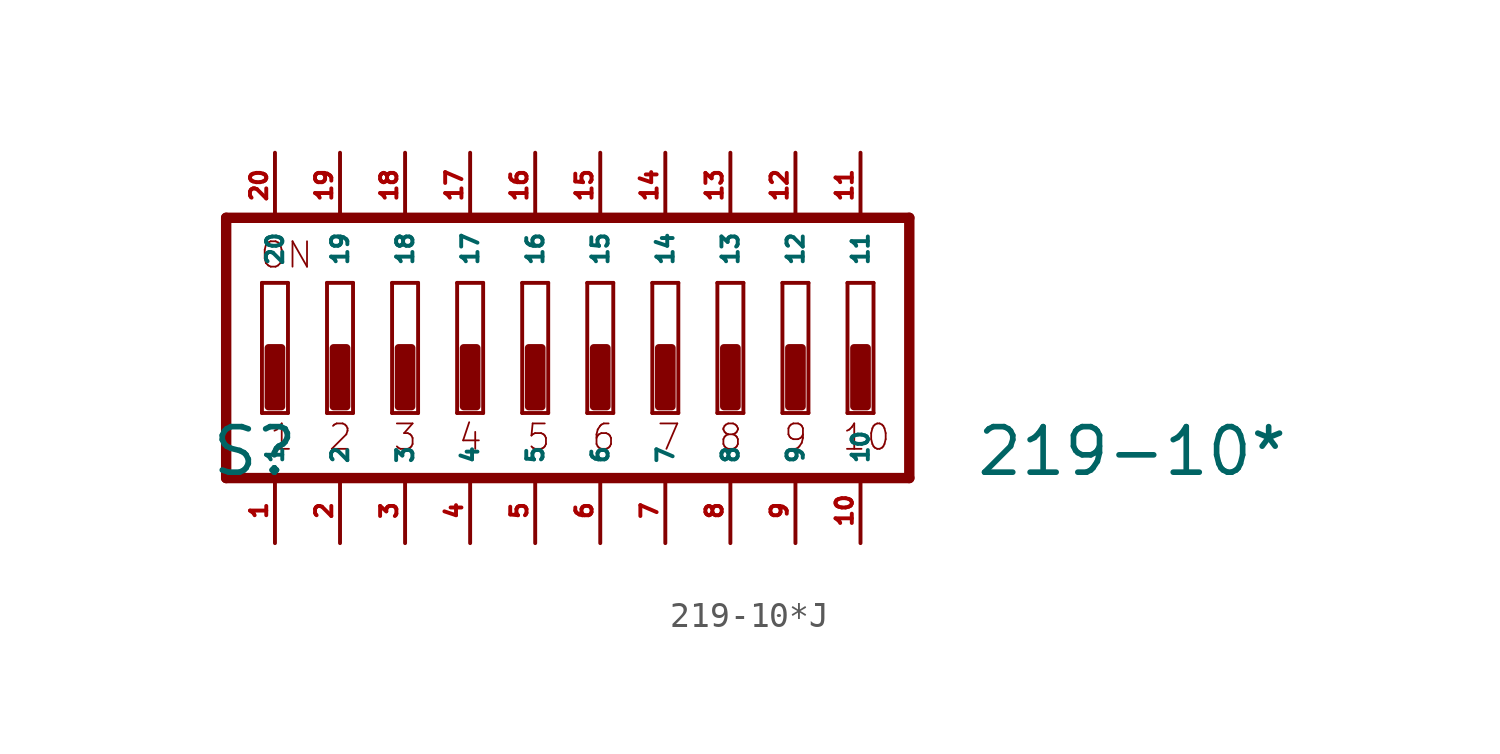
<source format=kicad_sym>
(kicad_symbol_lib
  (version 20220914)
  (generator Eagle2Kicad)
  (symbol "219-10*J"
    (property "Reference" "S"
      (at -15.24 -5.08 0)
      (effects (font (size 1.778 1.778) (thickness 0.22)) (justify left bottom)))
    (property "Value" "219-10*"
      (at 14.605 -5.08 0)
      (effects (font (size 1.778 1.778) (thickness 0.22)) (justify left bottom)))
    (polyline
      (pts (xy 12.065 5.08) (xy -14.605 5.08))
      (stroke (width 0.406) (type default))
      (fill (type none)))
    (polyline
      (pts (xy -14.605 5.08) (xy -14.605 -5.08))
      (stroke (width 0.406) (type default))
      (fill (type none)))
    (polyline
      (pts (xy -14.605 -5.08) (xy 12.065 -5.08))
      (stroke (width 0.406) (type default))
      (fill (type none)))
    (polyline
      (pts (xy 12.065 -5.08) (xy 12.065 5.08))
      (stroke (width 0.406) (type default))
      (fill (type none)))
    (polyline
      (pts (xy -12.192 -2.54) (xy -13.208 -2.54))
      (stroke (width 0.152) (type default))
      (fill (type none)))
    (polyline
      (pts (xy -13.208 2.54) (xy -12.192 2.54))
      (stroke (width 0.152) (type default))
      (fill (type none)))
    (polyline
      (pts (xy -12.192 2.54) (xy -12.192 -2.54))
      (stroke (width 0.152) (type default))
      (fill (type none)))
    (polyline
      (pts (xy -13.208 -2.54) (xy -13.208 2.54))
      (stroke (width 0.152) (type default))
      (fill (type none)))
    (polyline
      (pts (xy -9.652 -2.54) (xy -10.668 -2.54))
      (stroke (width 0.152) (type default))
      (fill (type none)))
    (polyline
      (pts (xy -10.668 2.54) (xy -9.652 2.54))
      (stroke (width 0.152) (type default))
      (fill (type none)))
    (polyline
      (pts (xy -9.652 2.54) (xy -9.652 -2.54))
      (stroke (width 0.152) (type default))
      (fill (type none)))
    (polyline
      (pts (xy -10.668 -2.54) (xy -10.668 2.54))
      (stroke (width 0.152) (type default))
      (fill (type none)))
    (polyline
      (pts (xy -7.112 -2.54) (xy -8.128 -2.54))
      (stroke (width 0.152) (type default))
      (fill (type none)))
    (polyline
      (pts (xy -8.128 2.54) (xy -7.112 2.54))
      (stroke (width 0.152) (type default))
      (fill (type none)))
    (polyline
      (pts (xy -7.112 2.54) (xy -7.112 -2.54))
      (stroke (width 0.152) (type default))
      (fill (type none)))
    (polyline
      (pts (xy -8.128 -2.54) (xy -8.128 2.54))
      (stroke (width 0.152) (type default))
      (fill (type none)))
    (polyline
      (pts (xy -4.572 -2.54) (xy -5.588 -2.54))
      (stroke (width 0.152) (type default))
      (fill (type none)))
    (polyline
      (pts (xy -5.588 2.54) (xy -4.572 2.54))
      (stroke (width 0.152) (type default))
      (fill (type none)))
    (polyline
      (pts (xy -4.572 2.54) (xy -4.572 -2.54))
      (stroke (width 0.152) (type default))
      (fill (type none)))
    (polyline
      (pts (xy -5.588 -2.54) (xy -5.588 2.54))
      (stroke (width 0.152) (type default))
      (fill (type none)))
    (polyline
      (pts (xy -2.032 -2.54) (xy -3.048 -2.54))
      (stroke (width 0.152) (type default))
      (fill (type none)))
    (polyline
      (pts (xy -3.048 2.54) (xy -2.032 2.54))
      (stroke (width 0.152) (type default))
      (fill (type none)))
    (polyline
      (pts (xy -2.032 2.54) (xy -2.032 -2.54))
      (stroke (width 0.152) (type default))
      (fill (type none)))
    (polyline
      (pts (xy -3.048 -2.54) (xy -3.048 2.54))
      (stroke (width 0.152) (type default))
      (fill (type none)))
    (polyline
      (pts (xy 0.508 -2.54) (xy -0.508 -2.54))
      (stroke (width 0.152) (type default))
      (fill (type none)))
    (polyline
      (pts (xy -0.508 2.54) (xy 0.508 2.54))
      (stroke (width 0.152) (type default))
      (fill (type none)))
    (polyline
      (pts (xy 0.508 2.54) (xy 0.508 -2.54))
      (stroke (width 0.152) (type default))
      (fill (type none)))
    (polyline
      (pts (xy -0.508 -2.54) (xy -0.508 2.54))
      (stroke (width 0.152) (type default))
      (fill (type none)))
    (polyline
      (pts (xy 3.048 -2.54) (xy 2.032 -2.54))
      (stroke (width 0.152) (type default))
      (fill (type none)))
    (polyline
      (pts (xy 2.032 2.54) (xy 3.048 2.54))
      (stroke (width 0.152) (type default))
      (fill (type none)))
    (polyline
      (pts (xy 3.048 2.54) (xy 3.048 -2.54))
      (stroke (width 0.152) (type default))
      (fill (type none)))
    (polyline
      (pts (xy 2.032 -2.54) (xy 2.032 2.54))
      (stroke (width 0.152) (type default))
      (fill (type none)))
    (polyline
      (pts (xy 5.588 -2.54) (xy 4.572 -2.54))
      (stroke (width 0.152) (type default))
      (fill (type none)))
    (polyline
      (pts (xy 4.572 2.54) (xy 5.588 2.54))
      (stroke (width 0.152) (type default))
      (fill (type none)))
    (polyline
      (pts (xy 5.588 2.54) (xy 5.588 -2.54))
      (stroke (width 0.152) (type default))
      (fill (type none)))
    (polyline
      (pts (xy 4.572 -2.54) (xy 4.572 2.54))
      (stroke (width 0.152) (type default))
      (fill (type none)))
    (polyline
      (pts (xy 8.128 -2.54) (xy 7.112 -2.54))
      (stroke (width 0.152) (type default))
      (fill (type none)))
    (polyline
      (pts (xy 7.112 2.54) (xy 8.128 2.54))
      (stroke (width 0.152) (type default))
      (fill (type none)))
    (polyline
      (pts (xy 8.128 2.54) (xy 8.128 -2.54))
      (stroke (width 0.152) (type default))
      (fill (type none)))
    (polyline
      (pts (xy 7.112 -2.54) (xy 7.112 2.54))
      (stroke (width 0.152) (type default))
      (fill (type none)))
    (polyline
      (pts (xy 10.668 -2.54) (xy 9.652 -2.54))
      (stroke (width 0.152) (type default))
      (fill (type none)))
    (polyline
      (pts (xy 9.652 2.54) (xy 10.668 2.54))
      (stroke (width 0.152) (type default))
      (fill (type none)))
    (polyline
      (pts (xy 10.668 2.54) (xy 10.668 -2.54))
      (stroke (width 0.152) (type default))
      (fill (type none)))
    (polyline
      (pts (xy 9.652 -2.54) (xy 9.652 2.54))
      (stroke (width 0.152) (type default))
      (fill (type none)))
    (text "1"
      (at -12.954 -4.064 0)
      (effects (font (size 0.991 0.991) (thickness 0.07)) (justify left bottom)))
    (text "2"
      (at -10.668 -4.064 0)
      (effects (font (size 0.991 0.991) (thickness 0.07)) (justify left bottom)))
    (text "3"
      (at -8.128 -4.064 0)
      (effects (font (size 0.991 0.991) (thickness 0.07)) (justify left bottom)))
    (text "4"
      (at -5.588 -4.064 0)
      (effects (font (size 0.991 0.991) (thickness 0.07)) (justify left bottom)))
    (text "5"
      (at -2.921 -4.064 0)
      (effects (font (size 0.991 0.991) (thickness 0.07)) (justify left bottom)))
    (text "6"
      (at -0.381 -4.064 0)
      (effects (font (size 0.991 0.991) (thickness 0.07)) (justify left bottom)))
    (text "7"
      (at 2.159 -4.064 0)
      (effects (font (size 0.991 0.991) (thickness 0.07)) (justify left bottom)))
    (text "8"
      (at 4.572 -4.064 0)
      (effects (font (size 0.991 0.991) (thickness 0.07)) (justify left bottom)))
    (text "9"
      (at 7.112 -4.064 0)
      (effects (font (size 0.991 0.991) (thickness 0.07)) (justify left bottom)))
    (text "ON"
      (at -13.335 3.048 0)
      (effects (font (size 0.991 0.991) (thickness 0.07)) (justify left bottom)))
    (text "10"
      (at 9.398 -4.064 0)
      (effects (font (size 0.991 0.991) (thickness 0.07)) (justify left bottom)))
    (rectangle
      (start -12.954 -2.286)
      (end -12.446 0)
      (stroke (width 0.3) (type default))
      (fill (type outline)))
    (rectangle
      (start -10.414 -2.286)
      (end -9.906 0)
      (stroke (width 0.3) (type default))
      (fill (type outline)))
    (rectangle
      (start -7.874 -2.286)
      (end -7.366 0)
      (stroke (width 0.3) (type default))
      (fill (type outline)))
    (rectangle
      (start -5.334 -2.286)
      (end -4.826 0)
      (stroke (width 0.3) (type default))
      (fill (type outline)))
    (rectangle
      (start -2.794 -2.286)
      (end -2.286 0)
      (stroke (width 0.3) (type default))
      (fill (type outline)))
    (rectangle
      (start -0.254 -2.286)
      (end 0.254 0)
      (stroke (width 0.3) (type default))
      (fill (type outline)))
    (rectangle
      (start 2.286 -2.286)
      (end 2.794 0)
      (stroke (width 0.3) (type default))
      (fill (type outline)))
    (rectangle
      (start 4.826 -2.286)
      (end 5.334 0)
      (stroke (width 0.3) (type default))
      (fill (type outline)))
    (rectangle
      (start 7.366 -2.286)
      (end 7.874 0)
      (stroke (width 0.3) (type default))
      (fill (type outline)))
    (rectangle
      (start 9.906 -2.286)
      (end 10.414 0)
      (stroke (width 0.3) (type default))
      (fill (type outline)))
    (pin passive line
      (at 7.62 7.62 270)
      (length 2.54)
      (name "12" (effects (font (size 0.635 0.635) (thickness 0.08)) (justify left bottom)))
      (number "12" (effects (font (size 0.635 0.635) (thickness 0.08)) (justify left bottom))))
    (pin passive line
      (at 5.08 7.62 270)
      (length 2.54)
      (name "13" (effects (font (size 0.635 0.635) (thickness 0.08)) (justify left bottom)))
      (number "13" (effects (font (size 0.635 0.635) (thickness 0.08)) (justify left bottom))))
    (pin passive line
      (at 2.54 7.62 270)
      (length 2.54)
      (name "14" (effects (font (size 0.635 0.635) (thickness 0.08)) (justify left bottom)))
      (number "14" (effects (font (size 0.635 0.635) (thickness 0.08)) (justify left bottom))))
    (pin passive line
      (at 0 7.62 270)
      (length 2.54)
      (name "15" (effects (font (size 0.635 0.635) (thickness 0.08)) (justify left bottom)))
      (number "15" (effects (font (size 0.635 0.635) (thickness 0.08)) (justify left bottom))))
    (pin passive line
      (at -2.54 7.62 270)
      (length 2.54)
      (name "16" (effects (font (size 0.635 0.635) (thickness 0.08)) (justify left bottom)))
      (number "16" (effects (font (size 0.635 0.635) (thickness 0.08)) (justify left bottom))))
    (pin passive line
      (at -5.08 7.62 270)
      (length 2.54)
      (name "17" (effects (font (size 0.635 0.635) (thickness 0.08)) (justify left bottom)))
      (number "17" (effects (font (size 0.635 0.635) (thickness 0.08)) (justify left bottom))))
    (pin passive line
      (at -7.62 7.62 270)
      (length 2.54)
      (name "18" (effects (font (size 0.635 0.635) (thickness 0.08)) (justify left bottom)))
      (number "18" (effects (font (size 0.635 0.635) (thickness 0.08)) (justify left bottom))))
    (pin passive line
      (at -10.16 7.62 270)
      (length 2.54)
      (name "19" (effects (font (size 0.635 0.635) (thickness 0.08)) (justify left bottom)))
      (number "19" (effects (font (size 0.635 0.635) (thickness 0.08)) (justify left bottom))))
    (pin passive line
      (at -12.7 7.62 270)
      (length 2.54)
      (name "20" (effects (font (size 0.635 0.635) (thickness 0.08)) (justify left bottom)))
      (number "20" (effects (font (size 0.635 0.635) (thickness 0.08)) (justify left bottom))))
    (pin passive line
      (at -12.7 -7.62 90)
      (length 2.54)
      (name "1" (effects (font (size 0.635 0.635) (thickness 0.08)) (justify left bottom)))
      (number "1" (effects (font (size 0.635 0.635) (thickness 0.08)) (justify left bottom))))
    (pin passive line
      (at -10.16 -7.62 90)
      (length 2.54)
      (name "2" (effects (font (size 0.635 0.635) (thickness 0.08)) (justify left bottom)))
      (number "2" (effects (font (size 0.635 0.635) (thickness 0.08)) (justify left bottom))))
    (pin passive line
      (at -7.62 -7.62 90)
      (length 2.54)
      (name "3" (effects (font (size 0.635 0.635) (thickness 0.08)) (justify left bottom)))
      (number "3" (effects (font (size 0.635 0.635) (thickness 0.08)) (justify left bottom))))
    (pin passive line
      (at -5.08 -7.62 90)
      (length 2.54)
      (name "4" (effects (font (size 0.635 0.635) (thickness 0.08)) (justify left bottom)))
      (number "4" (effects (font (size 0.635 0.635) (thickness 0.08)) (justify left bottom))))
    (pin passive line
      (at -2.54 -7.62 90)
      (length 2.54)
      (name "5" (effects (font (size 0.635 0.635) (thickness 0.08)) (justify left bottom)))
      (number "5" (effects (font (size 0.635 0.635) (thickness 0.08)) (justify left bottom))))
    (pin passive line
      (at 0 -7.62 90)
      (length 2.54)
      (name "6" (effects (font (size 0.635 0.635) (thickness 0.08)) (justify left bottom)))
      (number "6" (effects (font (size 0.635 0.635) (thickness 0.08)) (justify left bottom))))
    (pin passive line
      (at 2.54 -7.62 90)
      (length 2.54)
      (name "7" (effects (font (size 0.635 0.635) (thickness 0.08)) (justify left bottom)))
      (number "7" (effects (font (size 0.635 0.635) (thickness 0.08)) (justify left bottom))))
    (pin passive line
      (at 5.08 -7.62 90)
      (length 2.54)
      (name "8" (effects (font (size 0.635 0.635) (thickness 0.08)) (justify left bottom)))
      (number "8" (effects (font (size 0.635 0.635) (thickness 0.08)) (justify left bottom))))
    (pin passive line
      (at 7.62 -7.62 90)
      (length 2.54)
      (name "9" (effects (font (size 0.635 0.635) (thickness 0.08)) (justify left bottom)))
      (number "9" (effects (font (size 0.635 0.635) (thickness 0.08)) (justify left bottom))))
    (pin passive line
      (at 10.16 -7.62 90)
      (length 2.54)
      (name "10" (effects (font (size 0.635 0.635) (thickness 0.08)) (justify left bottom)))
      (number "10" (effects (font (size 0.635 0.635) (thickness 0.08)) (justify left bottom))))
    (pin passive line
      (at 10.16 7.62 270)
      (length 2.54)
      (name "11" (effects (font (size 0.635 0.635) (thickness 0.08)) (justify left bottom)))
      (number "11" (effects (font (size 0.635 0.635) (thickness 0.08)) (justify left bottom))))))
</source>
